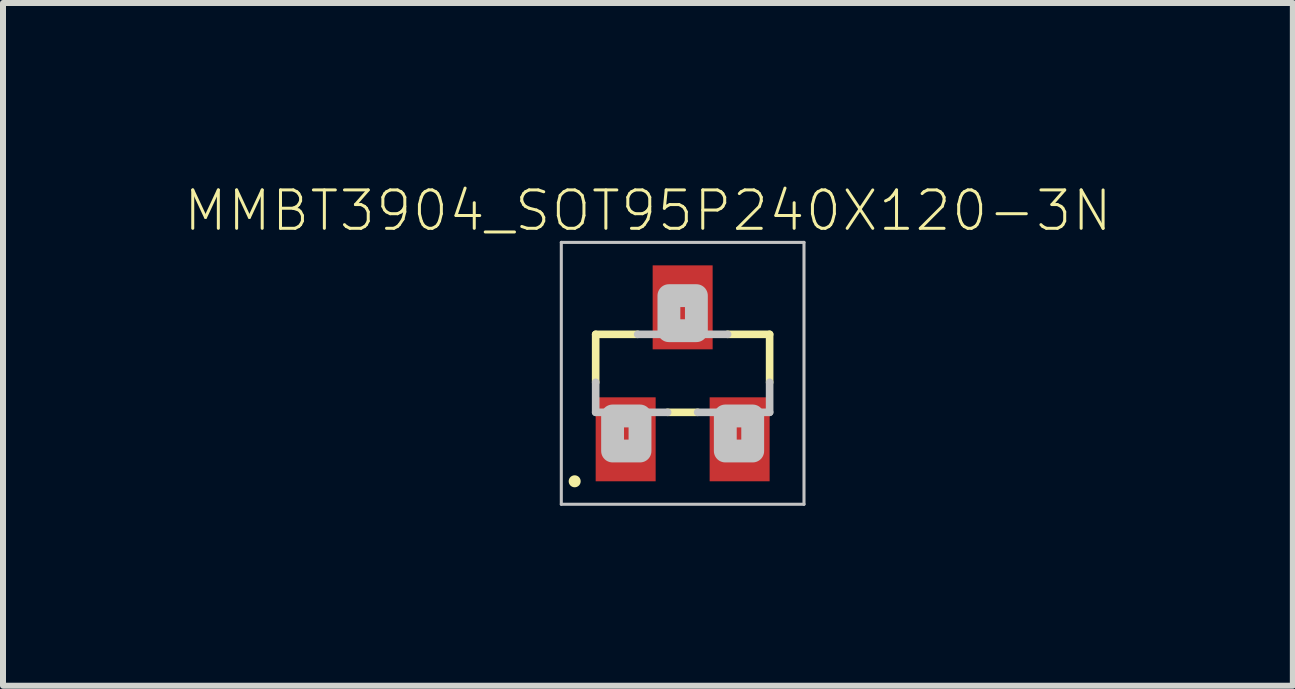
<source format=kicad_pcb>
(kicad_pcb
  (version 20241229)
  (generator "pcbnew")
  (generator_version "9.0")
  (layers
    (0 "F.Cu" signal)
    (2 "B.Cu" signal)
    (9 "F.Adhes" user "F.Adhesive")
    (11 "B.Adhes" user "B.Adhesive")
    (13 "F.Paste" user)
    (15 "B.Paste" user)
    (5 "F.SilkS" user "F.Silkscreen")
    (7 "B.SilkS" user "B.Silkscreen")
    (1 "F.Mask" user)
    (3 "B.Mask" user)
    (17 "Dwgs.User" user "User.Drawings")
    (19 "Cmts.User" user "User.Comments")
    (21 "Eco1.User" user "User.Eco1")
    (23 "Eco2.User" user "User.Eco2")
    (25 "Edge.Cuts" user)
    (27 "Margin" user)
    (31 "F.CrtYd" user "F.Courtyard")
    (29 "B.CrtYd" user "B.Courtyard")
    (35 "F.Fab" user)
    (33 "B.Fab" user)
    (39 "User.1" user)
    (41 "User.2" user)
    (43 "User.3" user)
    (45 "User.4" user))
  (footprint "MMBT3904_SOT95P240X120-3N"
    (layer "F.Cu")
    (at 8.331 3.174)
    (property "Reference" "MMBT3904_SOT95P240X120-3N" (at -0.579 -2.711 0) (layer "F.SilkS") (effects (font (size 0.64 0.64) (thickness 0.05))))
    (attr smd)
    (fp_line (start -1.45 -0.65) (end -1.45 0.15) (stroke (width 0.127) (type solid)) (layer "F.SilkS"))
    (fp_line (start -1.45 -0.65) (end -0.75 -0.65) (stroke (width 0.127) (type solid)) (layer "F.SilkS"))
    (fp_line (start -0.25 0.65) (end 0.25 0.65) (stroke (width 0.127) (type solid)) (layer "F.SilkS"))
    (fp_line (start 1.45 -0.65) (end 0.75 -0.65) (stroke (width 0.127) (type solid)) (layer "F.SilkS"))
    (fp_line (start 1.45 -0.65) (end 1.45 0.15) (stroke (width 0.127) (type solid)) (layer "F.SilkS"))
    (fp_circle (center -1.8 1.8) (end -1.7 1.8) (stroke (width 0) (type solid)) (fill yes) (layer "F.SilkS"))
    (fp_line (start -2.023 -2.183) (end 2.023 -2.183) (stroke (width 0.051) (type solid)) (layer "Dwgs.User"))
    (fp_line (start -2.023 2.183) (end -2.023 -2.183) (stroke (width 0.051) (type solid)) (layer "Dwgs.User"))
    (fp_line (start -1.45 0.15) (end -1.45 0.65) (stroke (width 0.127) (type solid)) (layer "Dwgs.User"))
    (fp_line (start -1.45 0.65) (end -0.25 0.65) (stroke (width 0.127) (type solid)) (layer "Dwgs.User"))
    (fp_line (start -0.75 -0.65) (end 0.75 -0.65) (stroke (width 0.127) (type solid)) (layer "Dwgs.User"))
    (fp_line (start 0.25 0.65) (end 1.45 0.65) (stroke (width 0.127) (type solid)) (layer "Dwgs.User"))
    (fp_line (start 1.45 0.65) (end 1.45 0.15) (stroke (width 0.127) (type solid)) (layer "Dwgs.User"))
    (fp_line (start 2.023 -2.183) (end 2.023 2.183) (stroke (width 0.051) (type solid)) (layer "Dwgs.User"))
    (fp_line (start 2.023 2.183) (end -2.023 2.183) (stroke (width 0.051) (type solid)) (layer "Dwgs.User"))
    (fp_poly (pts (xy -1.168 0.711) (xy -0.711 0.711) (xy -0.711 1.295) (xy -1.168 1.295)) (stroke (width 0.381) (type solid)) (fill no) (layer "Dwgs.User"))
    (fp_poly (pts (xy -0.229 -1.295) (xy 0.229 -1.295) (xy 0.229 -0.711) (xy -0.229 -0.711)) (stroke (width 0.381) (type solid)) (fill no) (layer "Dwgs.User"))
    (fp_poly (pts (xy 0.711 0.711) (xy 1.168 0.711) (xy 1.168 1.295) (xy 0.711 1.295)) (stroke (width 0.381) (type solid)) (fill no) (layer "Dwgs.User"))
    (pad "1" smd rect (at -0.95 1.1) (size 1 1.4) (layers "F.Cu" "F.Mask" "F.Paste"))
    (pad "2" smd rect (at 0.95 1.1) (size 1 1.4) (layers "F.Cu" "F.Mask" "F.Paste"))
    (pad "3" smd rect (at 0 -1.1) (size 1 1.4) (layers "F.Cu" "F.Mask" "F.Paste")))
  (gr_rect
    (start -3 -3)
    (end 18.504 8.382)
    (stroke (width 0.1) (type default))
    (fill no)
    (layer "Edge.Cuts")))
</source>
